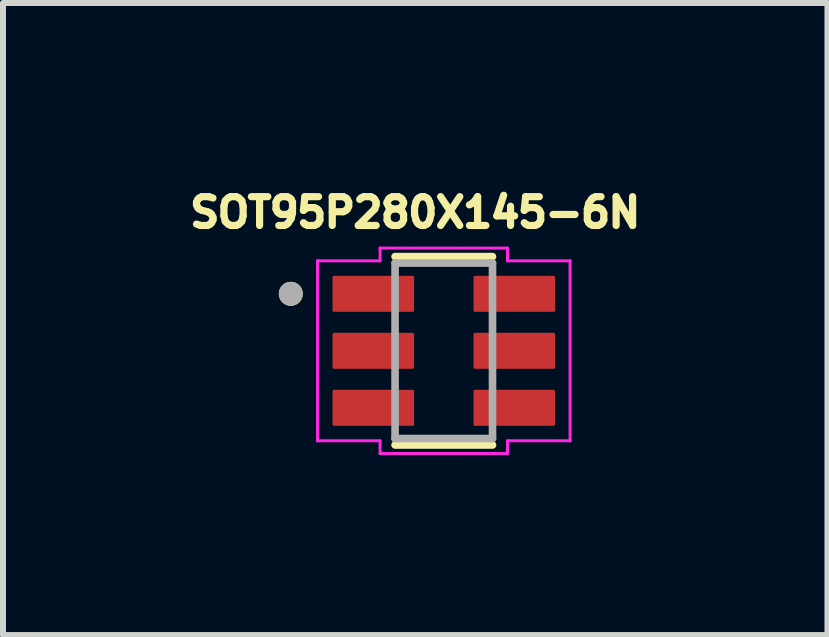
<source format=kicad_pcb>
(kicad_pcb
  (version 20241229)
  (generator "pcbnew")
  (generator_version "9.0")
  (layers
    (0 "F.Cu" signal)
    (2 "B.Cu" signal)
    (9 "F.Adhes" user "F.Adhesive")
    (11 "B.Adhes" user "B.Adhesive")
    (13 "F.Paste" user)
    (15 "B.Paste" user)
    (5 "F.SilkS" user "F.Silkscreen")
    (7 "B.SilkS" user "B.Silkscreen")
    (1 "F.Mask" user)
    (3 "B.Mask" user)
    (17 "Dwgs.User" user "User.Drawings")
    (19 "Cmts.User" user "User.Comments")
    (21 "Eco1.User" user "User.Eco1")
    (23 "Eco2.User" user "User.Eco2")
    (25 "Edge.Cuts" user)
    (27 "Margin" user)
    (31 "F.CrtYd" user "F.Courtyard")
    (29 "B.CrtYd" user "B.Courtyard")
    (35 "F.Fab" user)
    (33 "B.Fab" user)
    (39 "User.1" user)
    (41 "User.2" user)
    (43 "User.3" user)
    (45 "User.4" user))
  (footprint "SOT95P280X145-6N"
    (layer "F.Cu")
    (at 4.347 2.797)
    (property "Reference" "SOT95P280X145-6N" (at -0.476 -2.305 0) (layer "F.SilkS") (effects (font (size 0.48 0.48) (thickness 0.15))))
    (attr through_hole)
    (fp_line (start 0.812 -1.57) (end -0.812 -1.57) (stroke (width 0.127) (type solid)) (layer "F.SilkS"))
    (fp_line (start 0.812 1.57) (end -0.812 1.57) (stroke (width 0.127) (type solid)) (layer "F.SilkS"))
    (fp_circle (center -2.55 -0.95) (end -2.45 -0.95) (stroke (width 0.2) (type solid)) (fill no) (layer "F.SilkS"))
    (fp_line (start -2.105 -1.5) (end -2.105 1.5) (stroke (width 0.05) (type solid)) (layer "F.CrtYd"))
    (fp_line (start -2.105 1.5) (end -1.062 1.5) (stroke (width 0.05) (type solid)) (layer "F.CrtYd"))
    (fp_line (start -1.062 -1.712) (end -1.062 -1.5) (stroke (width 0.05) (type solid)) (layer "F.CrtYd"))
    (fp_line (start -1.062 -1.5) (end -2.105 -1.5) (stroke (width 0.05) (type solid)) (layer "F.CrtYd"))
    (fp_line (start -1.062 1.5) (end -1.062 1.712) (stroke (width 0.05) (type solid)) (layer "F.CrtYd"))
    (fp_line (start -1.062 1.712) (end 1.062 1.712) (stroke (width 0.05) (type solid)) (layer "F.CrtYd"))
    (fp_line (start 1.062 -1.712) (end -1.062 -1.712) (stroke (width 0.05) (type solid)) (layer "F.CrtYd"))
    (fp_line (start 1.062 -1.5) (end 1.062 -1.712) (stroke (width 0.05) (type solid)) (layer "F.CrtYd"))
    (fp_line (start 1.062 1.5) (end 2.105 1.5) (stroke (width 0.05) (type solid)) (layer "F.CrtYd"))
    (fp_line (start 1.062 1.712) (end 1.062 1.5) (stroke (width 0.05) (type solid)) (layer "F.CrtYd"))
    (fp_line (start 2.105 -1.5) (end 1.062 -1.5) (stroke (width 0.05) (type solid)) (layer "F.CrtYd"))
    (fp_line (start 2.105 1.5) (end 2.105 -1.5) (stroke (width 0.05) (type solid)) (layer "F.CrtYd"))
    (fp_line (start -0.812 -1.462) (end 0.812 -1.462) (stroke (width 0.127) (type solid)) (layer "F.Fab"))
    (fp_line (start -0.812 1.462) (end -0.812 -1.462) (stroke (width 0.127) (type solid)) (layer "F.Fab"))
    (fp_line (start 0.812 -1.462) (end 0.812 1.462) (stroke (width 0.127) (type solid)) (layer "F.Fab"))
    (fp_line (start 0.812 1.462) (end -0.812 1.462) (stroke (width 0.127) (type solid)) (layer "F.Fab"))
    (fp_circle (center -2.55 -0.95) (end -2.45 -0.95) (stroke (width 0.2) (type solid)) (fill no) (layer "F.Fab"))
    (pad "1" smd roundrect (at -1.175 -0.95) (size 1.36 0.6) (layers "F.Cu" "F.Mask" "F.Paste") (roundrect_rratio 0.04))
    (pad "2" smd roundrect (at -1.175 0) (size 1.36 0.6) (layers "F.Cu" "F.Mask" "F.Paste") (roundrect_rratio 0.04))
    (pad "3" smd roundrect (at -1.175 0.95) (size 1.36 0.6) (layers "F.Cu" "F.Mask" "F.Paste") (roundrect_rratio 0.04))
    (pad "4" smd roundrect (at 1.175 0.95) (size 1.36 0.6) (layers "F.Cu" "F.Mask" "F.Paste") (roundrect_rratio 0.04))
    (pad "5" smd roundrect (at 1.175 0) (size 1.36 0.6) (layers "F.Cu" "F.Mask" "F.Paste") (roundrect_rratio 0.04))
    (pad "6" smd roundrect (at 1.175 -0.95) (size 1.36 0.6) (layers "F.Cu" "F.Mask" "F.Paste") (roundrect_rratio 0.04)))
  (gr_rect
    (start -3 -3)
    (end 10.742 7.535)
    (stroke (width 0.1) (type default))
    (fill no)
    (layer "Edge.Cuts")))
</source>
